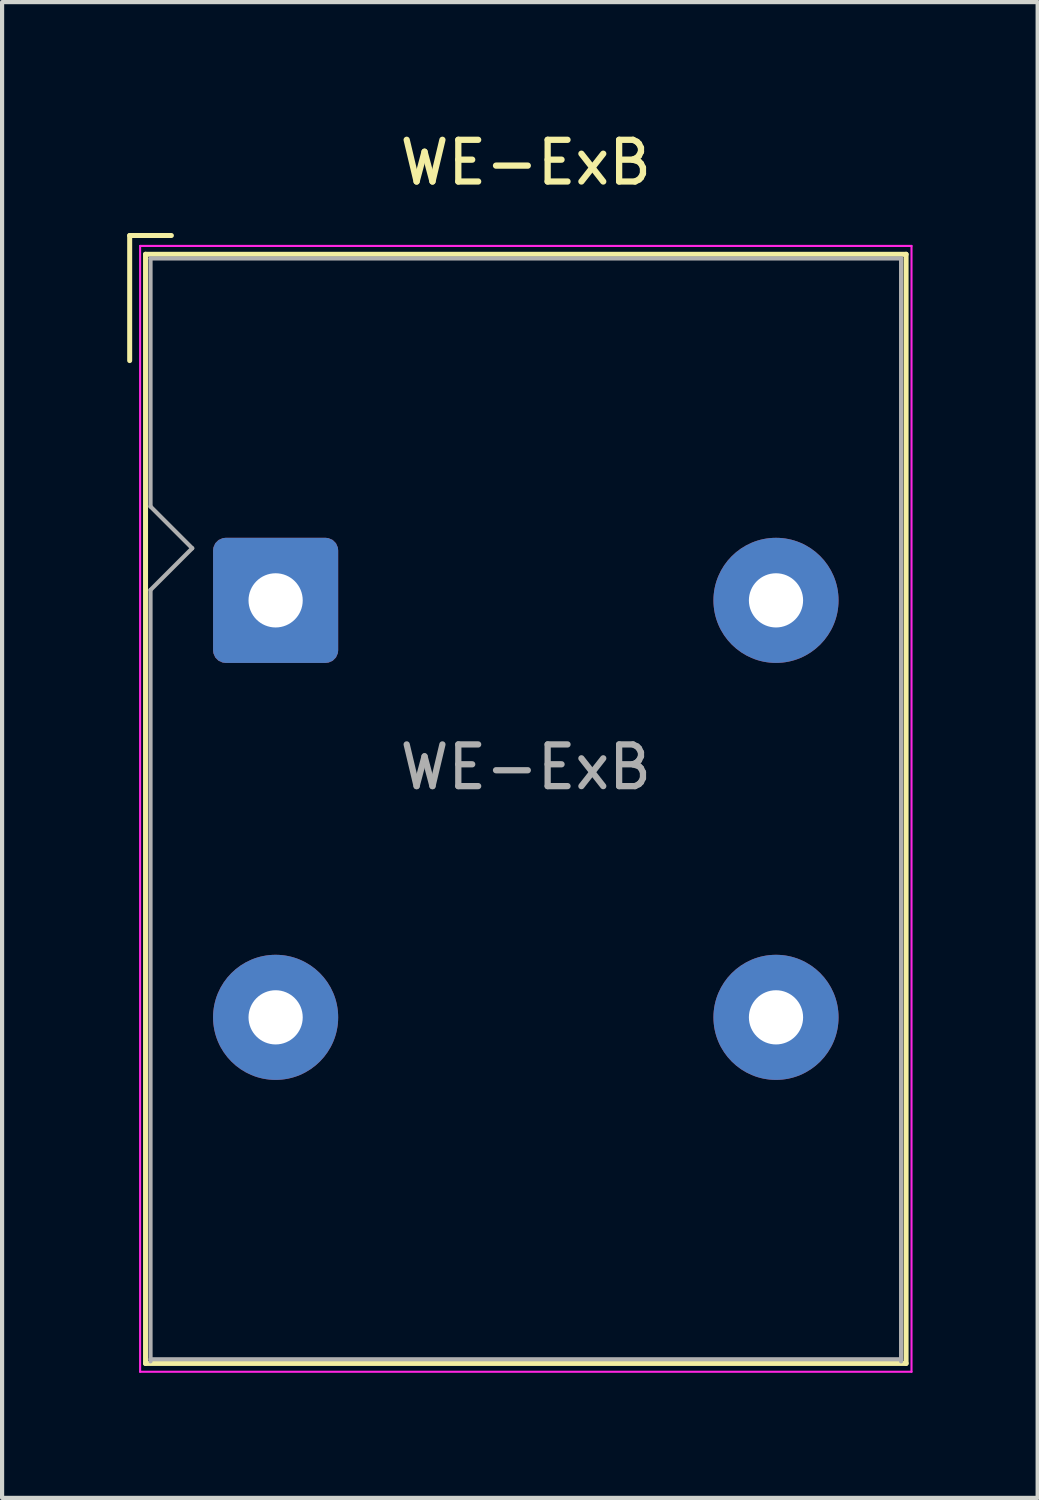
<source format=kicad_pcb>
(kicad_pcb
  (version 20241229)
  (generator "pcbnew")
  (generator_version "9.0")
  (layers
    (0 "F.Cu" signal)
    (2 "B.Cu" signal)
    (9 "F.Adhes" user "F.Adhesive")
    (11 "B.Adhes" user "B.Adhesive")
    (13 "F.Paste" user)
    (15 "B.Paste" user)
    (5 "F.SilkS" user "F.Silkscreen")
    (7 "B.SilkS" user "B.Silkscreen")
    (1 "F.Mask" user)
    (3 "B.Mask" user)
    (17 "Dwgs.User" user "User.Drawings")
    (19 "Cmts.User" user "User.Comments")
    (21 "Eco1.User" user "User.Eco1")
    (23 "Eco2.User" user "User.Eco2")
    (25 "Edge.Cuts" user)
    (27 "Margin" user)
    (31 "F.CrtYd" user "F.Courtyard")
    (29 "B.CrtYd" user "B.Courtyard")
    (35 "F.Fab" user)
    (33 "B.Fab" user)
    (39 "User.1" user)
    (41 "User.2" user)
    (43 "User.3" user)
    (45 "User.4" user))
  (footprint "WE-ExB"
    (layer "F.Cu")
    (at 9.56 16.348)
    (property "Reference" "WE-ExB" (at 0 -15.5 0) (layer "F.SilkS") (effects (font (size 1 1) (thickness 0.15))))
    (attr through_hole)
    (fp_line (start -9.5 -13.75) (end -9.5 -10.75) (stroke (width 0.12) (type solid)) (layer "F.SilkS"))
    (fp_line (start -9.5 -13.75) (end -8.5 -13.75) (stroke (width 0.12) (type solid)) (layer "F.SilkS"))
    (fp_line (start -9.12 -13.3) (end 9.12 -13.3) (stroke (width 0.12) (type solid)) (layer "F.SilkS"))
    (fp_line (start -9.12 13.3) (end -9.12 -13.3) (stroke (width 0.12) (type solid)) (layer "F.SilkS"))
    (fp_line (start 9.12 -13.3) (end 9.12 13.3) (stroke (width 0.12) (type solid)) (layer "F.SilkS"))
    (fp_line (start 9.12 13.3) (end -9.12 13.3) (stroke (width 0.12) (type solid)) (layer "F.SilkS"))
    (fp_line (start -9.25 -13.5) (end -9.25 13.5) (stroke (width 0.05) (type solid)) (layer "F.CrtYd"))
    (fp_line (start -9.25 13.5) (end 9.25 13.5) (stroke (width 0.05) (type solid)) (layer "F.CrtYd"))
    (fp_line (start 9.25 -13.5) (end -9.25 -13.5) (stroke (width 0.05) (type solid)) (layer "F.CrtYd"))
    (fp_line (start 9.25 13.5) (end 9.25 -13.5) (stroke (width 0.05) (type solid)) (layer "F.CrtYd"))
    (fp_line (start -9 -7.25) (end -9 -13.2) (stroke (width 0.1) (type solid)) (layer "F.Fab"))
    (fp_line (start -9 -5.25) (end -8 -6.25) (stroke (width 0.1) (type solid)) (layer "F.Fab"))
    (fp_line (start -9 13.2) (end 9 13.2) (stroke (width 0.1) (type solid)) (layer "F.Fab"))
    (fp_line (start -9 13.25) (end -9 -5.25) (stroke (width 0.1) (type solid)) (layer "F.Fab"))
    (fp_line (start -8 -6.25) (end -9 -7.25) (stroke (width 0.1) (type solid)) (layer "F.Fab"))
    (fp_line (start 9 -13.2) (end -9 -13.2) (stroke (width 0.1) (type solid)) (layer "F.Fab"))
    (fp_line (start 9 -13.2) (end 9 13.25) (stroke (width 0.1) (type solid)) (layer "F.Fab"))
    (fp_text user "${REFERENCE}" (at 0 -1 0) (layer "F.Fab") (effects (font (size 1 1) (thickness 0.15))))
    (pad "1" thru_hole roundrect (at -6 -5) (size 3 3) (drill 1.3) (layers "*.Cu" "*.Mask") (roundrect_rratio 0.1))
    (pad "2" thru_hole circle (at 6 -5) (size 3 3) (drill 1.3) (layers "*.Cu" "*.Mask"))
    (pad "3" thru_hole circle (at 6 5) (size 3 3) (drill 1.3) (layers "*.Cu" "*.Mask"))
    (pad "4" thru_hole circle (at -6 5) (size 3 3) (drill 1.3) (layers "*.Cu" "*.Mask")))
  (gr_rect
    (start -3 -3)
    (end 21.835 32.873)
    (stroke (width 0.1) (type default))
    (fill no)
    (layer "Edge.Cuts")))
</source>
